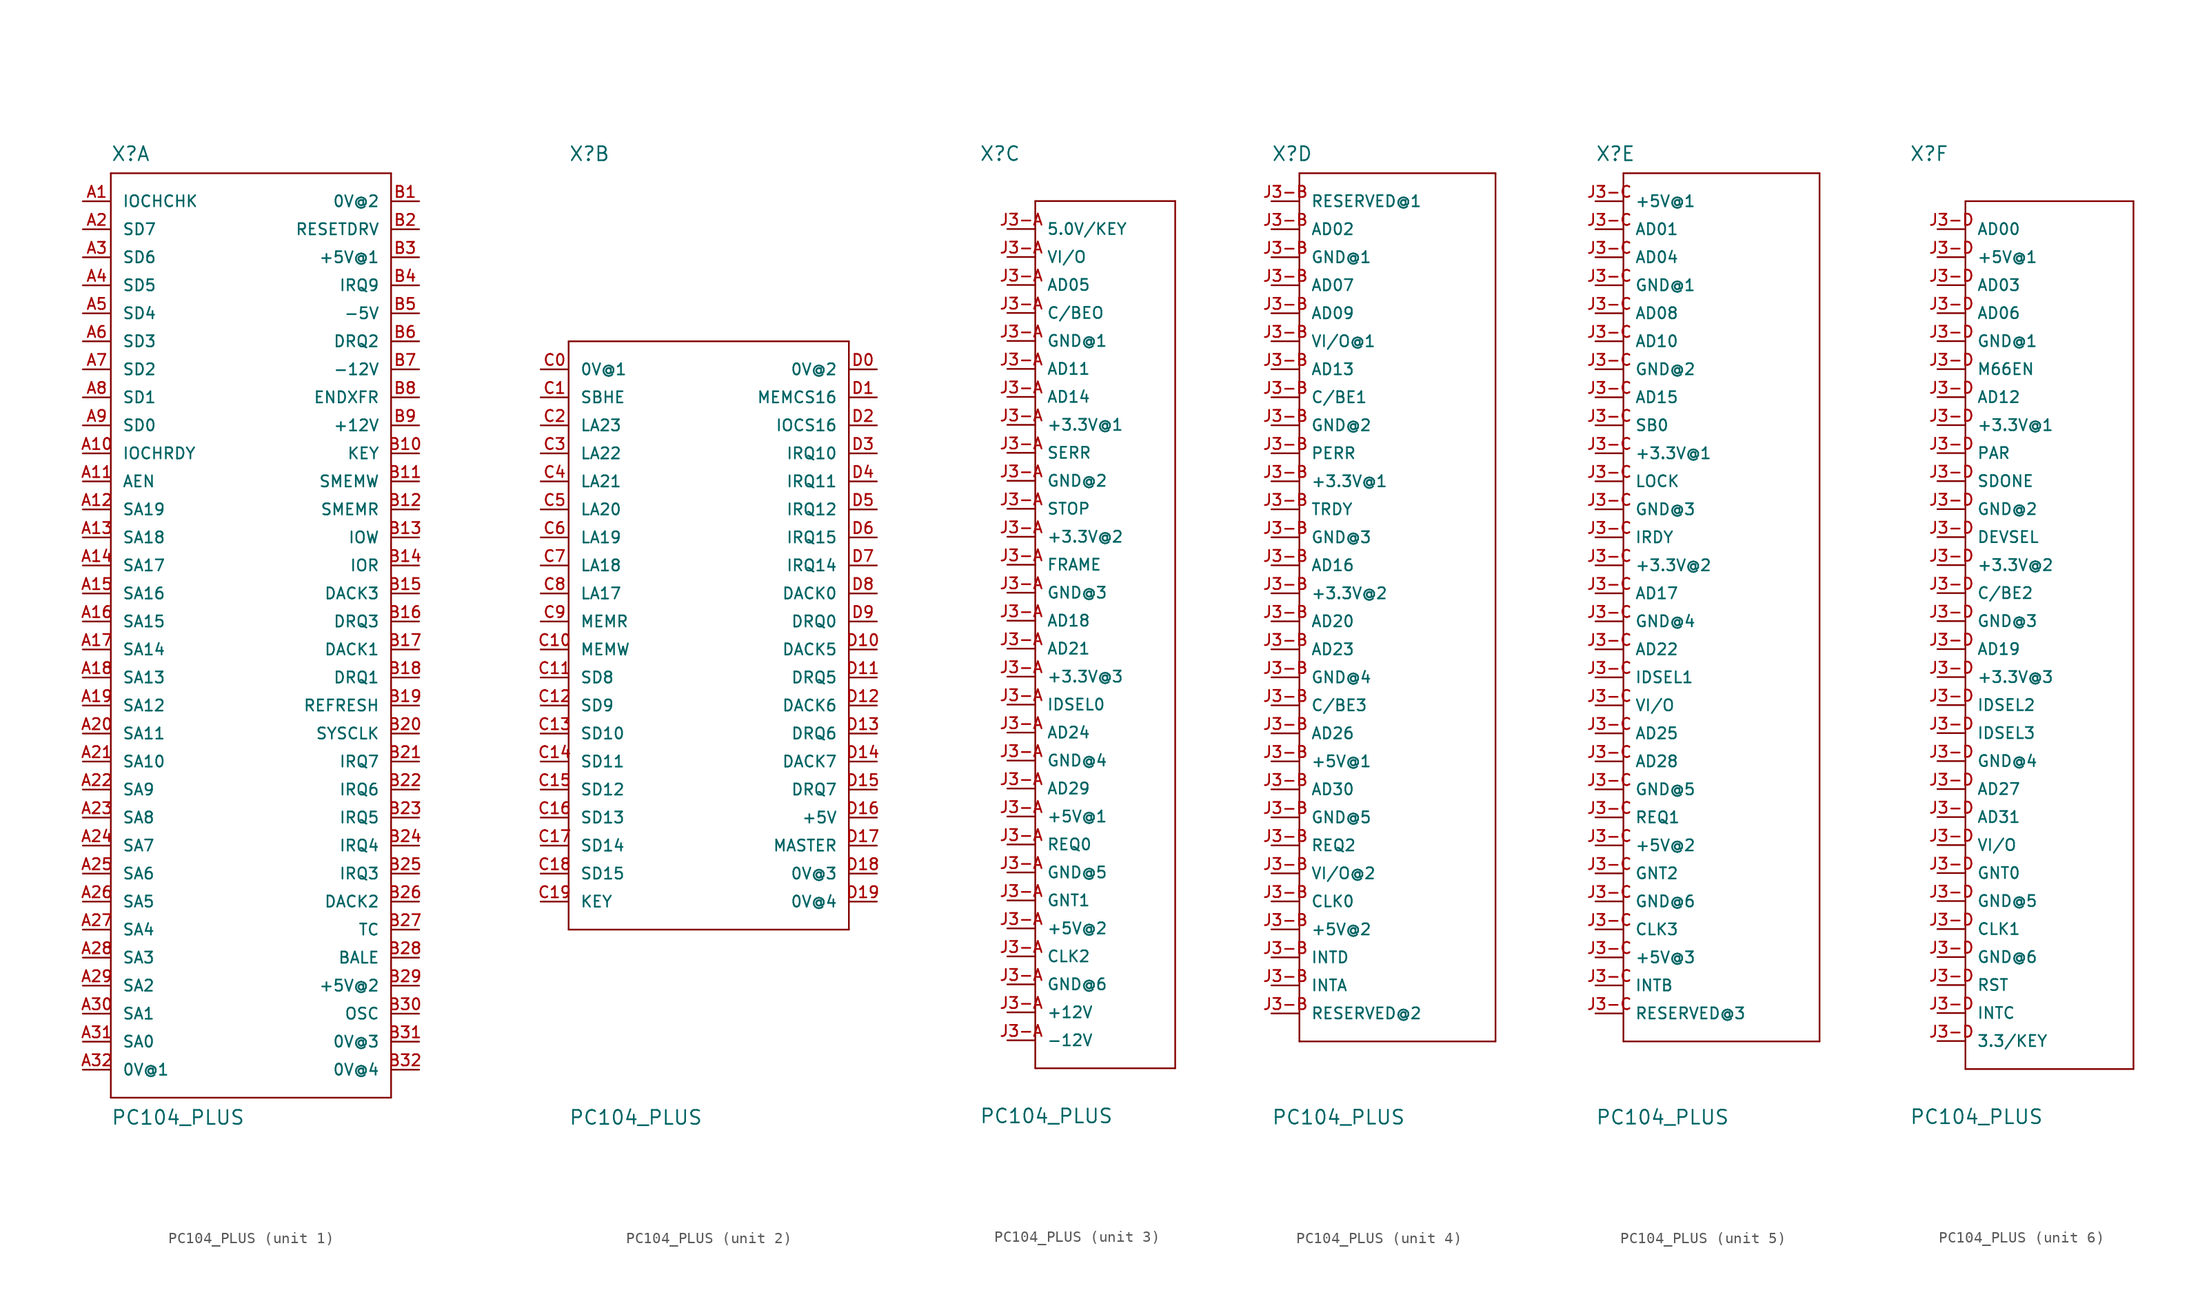
<source format=kicad_sym>
(kicad_symbol_lib
  (version 20211014)
  (generator kicad_symbol_editor)
  (symbol "PC104_PLUS"
    (pin_names
      (offset 1.016))
    (property "Reference" "X"
      (at -12.7 41.656 0)
      (effects (font (size 1.27 1.27)) (justify left bottom)))
    (property "Value" "PC104_PLUS"
      (at -12.7 -45.72 0)
      (effects (font (size 1.27 1.27)) (justify left bottom)))
    (property "Datasheet" ""
      (at 0 0 0)
      (effects (font (size 1.524 1.524))))
    (property "ki_locked" ""
      (at 0 0 0)
      (effects (font (size 1.27 1.27))))
    (symbol "PC104_PLUS_1_0"
      (polyline (pts (xy -12.7 -43.18) (xy -12.7 40.64)) (stroke (width 0) (type default) (color 0 0 0 0)) (fill (type none)))
      (polyline (pts (xy -12.7 40.64) (xy 12.7 40.64)) (stroke (width 0) (type default) (color 0 0 0 0)) (fill (type none)))
      (polyline (pts (xy 12.7 -43.18) (xy -12.7 -43.18)) (stroke (width 0) (type default) (color 0 0 0 0)) (fill (type none)))
      (polyline (pts (xy 12.7 40.64) (xy 12.7 -43.18)) (stroke (width 0) (type default) (color 0 0 0 0)) (fill (type none))))
    (symbol "PC104_PLUS_1_1"
      (pin passive line (at -15.24 38.1 0) (length 2.54) (name "IOCHCHK" (effects (font (size 1.016 1.016)))) (number "A1" (effects (font (size 1.016 1.016)))))
      (pin passive line (at -15.24 15.24 0) (length 2.54) (name "IOCHRDY" (effects (font (size 1.016 1.016)))) (number "A10" (effects (font (size 1.016 1.016)))))
      (pin passive line (at -15.24 12.7 0) (length 2.54) (name "AEN" (effects (font (size 1.016 1.016)))) (number "A11" (effects (font (size 1.016 1.016)))))
      (pin passive line (at -15.24 10.16 0) (length 2.54) (name "SA19" (effects (font (size 1.016 1.016)))) (number "A12" (effects (font (size 1.016 1.016)))))
      (pin passive line (at -15.24 7.62 0) (length 2.54) (name "SA18" (effects (font (size 1.016 1.016)))) (number "A13" (effects (font (size 1.016 1.016)))))
      (pin passive line (at -15.24 5.08 0) (length 2.54) (name "SA17" (effects (font (size 1.016 1.016)))) (number "A14" (effects (font (size 1.016 1.016)))))
      (pin passive line (at -15.24 2.54 0) (length 2.54) (name "SA16" (effects (font (size 1.016 1.016)))) (number "A15" (effects (font (size 1.016 1.016)))))
      (pin passive line (at -15.24 0 0) (length 2.54) (name "SA15" (effects (font (size 1.016 1.016)))) (number "A16" (effects (font (size 1.016 1.016)))))
      (pin passive line (at -15.24 -2.54 0) (length 2.54) (name "SA14" (effects (font (size 1.016 1.016)))) (number "A17" (effects (font (size 1.016 1.016)))))
      (pin passive line (at -15.24 -5.08 0) (length 2.54) (name "SA13" (effects (font (size 1.016 1.016)))) (number "A18" (effects (font (size 1.016 1.016)))))
      (pin passive line (at -15.24 -7.62 0) (length 2.54) (name "SA12" (effects (font (size 1.016 1.016)))) (number "A19" (effects (font (size 1.016 1.016)))))
      (pin passive line (at -15.24 35.56 0) (length 2.54) (name "SD7" (effects (font (size 1.016 1.016)))) (number "A2" (effects (font (size 1.016 1.016)))))
      (pin passive line (at -15.24 -10.16 0) (length 2.54) (name "SA11" (effects (font (size 1.016 1.016)))) (number "A20" (effects (font (size 1.016 1.016)))))
      (pin passive line (at -15.24 -12.7 0) (length 2.54) (name "SA10" (effects (font (size 1.016 1.016)))) (number "A21" (effects (font (size 1.016 1.016)))))
      (pin passive line (at -15.24 -15.24 0) (length 2.54) (name "SA9" (effects (font (size 1.016 1.016)))) (number "A22" (effects (font (size 1.016 1.016)))))
      (pin passive line (at -15.24 -17.78 0) (length 2.54) (name "SA8" (effects (font (size 1.016 1.016)))) (number "A23" (effects (font (size 1.016 1.016)))))
      (pin passive line (at -15.24 -20.32 0) (length 2.54) (name "SA7" (effects (font (size 1.016 1.016)))) (number "A24" (effects (font (size 1.016 1.016)))))
      (pin passive line (at -15.24 -22.86 0) (length 2.54) (name "SA6" (effects (font (size 1.016 1.016)))) (number "A25" (effects (font (size 1.016 1.016)))))
      (pin passive line (at -15.24 -25.4 0) (length 2.54) (name "SA5" (effects (font (size 1.016 1.016)))) (number "A26" (effects (font (size 1.016 1.016)))))
      (pin passive line (at -15.24 -27.94 0) (length 2.54) (name "SA4" (effects (font (size 1.016 1.016)))) (number "A27" (effects (font (size 1.016 1.016)))))
      (pin passive line (at -15.24 -30.48 0) (length 2.54) (name "SA3" (effects (font (size 1.016 1.016)))) (number "A28" (effects (font (size 1.016 1.016)))))
      (pin passive line (at -15.24 -33.02 0) (length 2.54) (name "SA2" (effects (font (size 1.016 1.016)))) (number "A29" (effects (font (size 1.016 1.016)))))
      (pin passive line (at -15.24 33.02 0) (length 2.54) (name "SD6" (effects (font (size 1.016 1.016)))) (number "A3" (effects (font (size 1.016 1.016)))))
      (pin passive line (at -15.24 -35.56 0) (length 2.54) (name "SA1" (effects (font (size 1.016 1.016)))) (number "A30" (effects (font (size 1.016 1.016)))))
      (pin passive line (at -15.24 -38.1 0) (length 2.54) (name "SA0" (effects (font (size 1.016 1.016)))) (number "A31" (effects (font (size 1.016 1.016)))))
      (pin passive line (at -15.24 -40.64 0) (length 2.54) (name "0V@1" (effects (font (size 1.016 1.016)))) (number "A32" (effects (font (size 1.016 1.016)))))
      (pin passive line (at -15.24 30.48 0) (length 2.54) (name "SD5" (effects (font (size 1.016 1.016)))) (number "A4" (effects (font (size 1.016 1.016)))))
      (pin passive line (at -15.24 27.94 0) (length 2.54) (name "SD4" (effects (font (size 1.016 1.016)))) (number "A5" (effects (font (size 1.016 1.016)))))
      (pin passive line (at -15.24 25.4 0) (length 2.54) (name "SD3" (effects (font (size 1.016 1.016)))) (number "A6" (effects (font (size 1.016 1.016)))))
      (pin passive line (at -15.24 22.86 0) (length 2.54) (name "SD2" (effects (font (size 1.016 1.016)))) (number "A7" (effects (font (size 1.016 1.016)))))
      (pin passive line (at -15.24 20.32 0) (length 2.54) (name "SD1" (effects (font (size 1.016 1.016)))) (number "A8" (effects (font (size 1.016 1.016)))))
      (pin passive line (at -15.24 17.78 0) (length 2.54) (name "SD0" (effects (font (size 1.016 1.016)))) (number "A9" (effects (font (size 1.016 1.016)))))
      (pin passive line (at 15.24 38.1 180) (length 2.54) (name "0V@2" (effects (font (size 1.016 1.016)))) (number "B1" (effects (font (size 1.016 1.016)))))
      (pin passive line (at 15.24 15.24 180) (length 2.54) (name "KEY" (effects (font (size 1.016 1.016)))) (number "B10" (effects (font (size 1.016 1.016)))))
      (pin passive line (at 15.24 12.7 180) (length 2.54) (name "SMEMW" (effects (font (size 1.016 1.016)))) (number "B11" (effects (font (size 1.016 1.016)))))
      (pin passive line (at 15.24 10.16 180) (length 2.54) (name "SMEMR" (effects (font (size 1.016 1.016)))) (number "B12" (effects (font (size 1.016 1.016)))))
      (pin passive line (at 15.24 7.62 180) (length 2.54) (name "IOW" (effects (font (size 1.016 1.016)))) (number "B13" (effects (font (size 1.016 1.016)))))
      (pin passive line (at 15.24 5.08 180) (length 2.54) (name "IOR" (effects (font (size 1.016 1.016)))) (number "B14" (effects (font (size 1.016 1.016)))))
      (pin passive line (at 15.24 2.54 180) (length 2.54) (name "DACK3" (effects (font (size 1.016 1.016)))) (number "B15" (effects (font (size 1.016 1.016)))))
      (pin passive line (at 15.24 0 180) (length 2.54) (name "DRQ3" (effects (font (size 1.016 1.016)))) (number "B16" (effects (font (size 1.016 1.016)))))
      (pin passive line (at 15.24 -2.54 180) (length 2.54) (name "DACK1" (effects (font (size 1.016 1.016)))) (number "B17" (effects (font (size 1.016 1.016)))))
      (pin passive line (at 15.24 -5.08 180) (length 2.54) (name "DRQ1" (effects (font (size 1.016 1.016)))) (number "B18" (effects (font (size 1.016 1.016)))))
      (pin passive line (at 15.24 -7.62 180) (length 2.54) (name "REFRESH" (effects (font (size 1.016 1.016)))) (number "B19" (effects (font (size 1.016 1.016)))))
      (pin passive line (at 15.24 35.56 180) (length 2.54) (name "RESETDRV" (effects (font (size 1.016 1.016)))) (number "B2" (effects (font (size 1.016 1.016)))))
      (pin passive line (at 15.24 -10.16 180) (length 2.54) (name "SYSCLK" (effects (font (size 1.016 1.016)))) (number "B20" (effects (font (size 1.016 1.016)))))
      (pin passive line (at 15.24 -12.7 180) (length 2.54) (name "IRQ7" (effects (font (size 1.016 1.016)))) (number "B21" (effects (font (size 1.016 1.016)))))
      (pin passive line (at 15.24 -15.24 180) (length 2.54) (name "IRQ6" (effects (font (size 1.016 1.016)))) (number "B22" (effects (font (size 1.016 1.016)))))
      (pin passive line (at 15.24 -17.78 180) (length 2.54) (name "IRQ5" (effects (font (size 1.016 1.016)))) (number "B23" (effects (font (size 1.016 1.016)))))
      (pin passive line (at 15.24 -20.32 180) (length 2.54) (name "IRQ4" (effects (font (size 1.016 1.016)))) (number "B24" (effects (font (size 1.016 1.016)))))
      (pin passive line (at 15.24 -22.86 180) (length 2.54) (name "IRQ3" (effects (font (size 1.016 1.016)))) (number "B25" (effects (font (size 1.016 1.016)))))
      (pin passive line (at 15.24 -25.4 180) (length 2.54) (name "DACK2" (effects (font (size 1.016 1.016)))) (number "B26" (effects (font (size 1.016 1.016)))))
      (pin passive line (at 15.24 -27.94 180) (length 2.54) (name "TC" (effects (font (size 1.016 1.016)))) (number "B27" (effects (font (size 1.016 1.016)))))
      (pin passive line (at 15.24 -30.48 180) (length 2.54) (name "BALE" (effects (font (size 1.016 1.016)))) (number "B28" (effects (font (size 1.016 1.016)))))
      (pin passive line (at 15.24 -33.02 180) (length 2.54) (name "+5V@2" (effects (font (size 1.016 1.016)))) (number "B29" (effects (font (size 1.016 1.016)))))
      (pin passive line (at 15.24 33.02 180) (length 2.54) (name "+5V@1" (effects (font (size 1.016 1.016)))) (number "B3" (effects (font (size 1.016 1.016)))))
      (pin passive line (at 15.24 -35.56 180) (length 2.54) (name "OSC" (effects (font (size 1.016 1.016)))) (number "B30" (effects (font (size 1.016 1.016)))))
      (pin passive line (at 15.24 -38.1 180) (length 2.54) (name "0V@3" (effects (font (size 1.016 1.016)))) (number "B31" (effects (font (size 1.016 1.016)))))
      (pin passive line (at 15.24 -40.64 180) (length 2.54) (name "0V@4" (effects (font (size 1.016 1.016)))) (number "B32" (effects (font (size 1.016 1.016)))))
      (pin passive line (at 15.24 30.48 180) (length 2.54) (name "IRQ9" (effects (font (size 1.016 1.016)))) (number "B4" (effects (font (size 1.016 1.016)))))
      (pin passive line (at 15.24 27.94 180) (length 2.54) (name "-5V" (effects (font (size 1.016 1.016)))) (number "B5" (effects (font (size 1.016 1.016)))))
      (pin passive line (at 15.24 25.4 180) (length 2.54) (name "DRQ2" (effects (font (size 1.016 1.016)))) (number "B6" (effects (font (size 1.016 1.016)))))
      (pin passive line (at 15.24 22.86 180) (length 2.54) (name "-12V" (effects (font (size 1.016 1.016)))) (number "B7" (effects (font (size 1.016 1.016)))))
      (pin passive line (at 15.24 20.32 180) (length 2.54) (name "ENDXFR" (effects (font (size 1.016 1.016)))) (number "B8" (effects (font (size 1.016 1.016)))))
      (pin passive line (at 15.24 17.78 180) (length 2.54) (name "+12V" (effects (font (size 1.016 1.016)))) (number "B9" (effects (font (size 1.016 1.016))))))
    (symbol "PC104_PLUS_2_0"
      (polyline (pts (xy -12.7 -27.94) (xy -12.7 25.4)) (stroke (width 0) (type default) (color 0 0 0 0)) (fill (type none)))
      (polyline (pts (xy -12.7 25.4) (xy 12.7 25.4)) (stroke (width 0) (type default) (color 0 0 0 0)) (fill (type none)))
      (polyline (pts (xy 12.7 -27.94) (xy -12.7 -27.94)) (stroke (width 0) (type default) (color 0 0 0 0)) (fill (type none)))
      (polyline (pts (xy 12.7 25.4) (xy 12.7 -27.94)) (stroke (width 0) (type default) (color 0 0 0 0)) (fill (type none))))
    (symbol "PC104_PLUS_2_1"
      (pin passive line (at -15.24 22.86 0) (length 2.54) (name "0V@1" (effects (font (size 1.016 1.016)))) (number "C0" (effects (font (size 1.016 1.016)))))
      (pin passive line (at -15.24 20.32 0) (length 2.54) (name "SBHE" (effects (font (size 1.016 1.016)))) (number "C1" (effects (font (size 1.016 1.016)))))
      (pin passive line (at -15.24 -2.54 0) (length 2.54) (name "MEMW" (effects (font (size 1.016 1.016)))) (number "C10" (effects (font (size 1.016 1.016)))))
      (pin passive line (at -15.24 -5.08 0) (length 2.54) (name "SD8" (effects (font (size 1.016 1.016)))) (number "C11" (effects (font (size 1.016 1.016)))))
      (pin passive line (at -15.24 -7.62 0) (length 2.54) (name "SD9" (effects (font (size 1.016 1.016)))) (number "C12" (effects (font (size 1.016 1.016)))))
      (pin passive line (at -15.24 -10.16 0) (length 2.54) (name "SD10" (effects (font (size 1.016 1.016)))) (number "C13" (effects (font (size 1.016 1.016)))))
      (pin passive line (at -15.24 -12.7 0) (length 2.54) (name "SD11" (effects (font (size 1.016 1.016)))) (number "C14" (effects (font (size 1.016 1.016)))))
      (pin passive line (at -15.24 -15.24 0) (length 2.54) (name "SD12" (effects (font (size 1.016 1.016)))) (number "C15" (effects (font (size 1.016 1.016)))))
      (pin passive line (at -15.24 -17.78 0) (length 2.54) (name "SD13" (effects (font (size 1.016 1.016)))) (number "C16" (effects (font (size 1.016 1.016)))))
      (pin passive line (at -15.24 -20.32 0) (length 2.54) (name "SD14" (effects (font (size 1.016 1.016)))) (number "C17" (effects (font (size 1.016 1.016)))))
      (pin passive line (at -15.24 -22.86 0) (length 2.54) (name "SD15" (effects (font (size 1.016 1.016)))) (number "C18" (effects (font (size 1.016 1.016)))))
      (pin passive line (at -15.24 -25.4 0) (length 2.54) (name "KEY" (effects (font (size 1.016 1.016)))) (number "C19" (effects (font (size 1.016 1.016)))))
      (pin passive line (at -15.24 17.78 0) (length 2.54) (name "LA23" (effects (font (size 1.016 1.016)))) (number "C2" (effects (font (size 1.016 1.016)))))
      (pin passive line (at -15.24 15.24 0) (length 2.54) (name "LA22" (effects (font (size 1.016 1.016)))) (number "C3" (effects (font (size 1.016 1.016)))))
      (pin passive line (at -15.24 12.7 0) (length 2.54) (name "LA21" (effects (font (size 1.016 1.016)))) (number "C4" (effects (font (size 1.016 1.016)))))
      (pin passive line (at -15.24 10.16 0) (length 2.54) (name "LA20" (effects (font (size 1.016 1.016)))) (number "C5" (effects (font (size 1.016 1.016)))))
      (pin passive line (at -15.24 7.62 0) (length 2.54) (name "LA19" (effects (font (size 1.016 1.016)))) (number "C6" (effects (font (size 1.016 1.016)))))
      (pin passive line (at -15.24 5.08 0) (length 2.54) (name "LA18" (effects (font (size 1.016 1.016)))) (number "C7" (effects (font (size 1.016 1.016)))))
      (pin passive line (at -15.24 2.54 0) (length 2.54) (name "LA17" (effects (font (size 1.016 1.016)))) (number "C8" (effects (font (size 1.016 1.016)))))
      (pin passive line (at -15.24 0 0) (length 2.54) (name "MEMR" (effects (font (size 1.016 1.016)))) (number "C9" (effects (font (size 1.016 1.016)))))
      (pin passive line (at 15.24 22.86 180) (length 2.54) (name "0V@2" (effects (font (size 1.016 1.016)))) (number "D0" (effects (font (size 1.016 1.016)))))
      (pin passive line (at 15.24 20.32 180) (length 2.54) (name "MEMCS16" (effects (font (size 1.016 1.016)))) (number "D1" (effects (font (size 1.016 1.016)))))
      (pin passive line (at 15.24 -2.54 180) (length 2.54) (name "DACK5" (effects (font (size 1.016 1.016)))) (number "D10" (effects (font (size 1.016 1.016)))))
      (pin passive line (at 15.24 -5.08 180) (length 2.54) (name "DRQ5" (effects (font (size 1.016 1.016)))) (number "D11" (effects (font (size 1.016 1.016)))))
      (pin passive line (at 15.24 -7.62 180) (length 2.54) (name "DACK6" (effects (font (size 1.016 1.016)))) (number "D12" (effects (font (size 1.016 1.016)))))
      (pin passive line (at 15.24 -10.16 180) (length 2.54) (name "DRQ6" (effects (font (size 1.016 1.016)))) (number "D13" (effects (font (size 1.016 1.016)))))
      (pin passive line (at 15.24 -12.7 180) (length 2.54) (name "DACK7" (effects (font (size 1.016 1.016)))) (number "D14" (effects (font (size 1.016 1.016)))))
      (pin passive line (at 15.24 -15.24 180) (length 2.54) (name "DRQ7" (effects (font (size 1.016 1.016)))) (number "D15" (effects (font (size 1.016 1.016)))))
      (pin passive line (at 15.24 -17.78 180) (length 2.54) (name "+5V" (effects (font (size 1.016 1.016)))) (number "D16" (effects (font (size 1.016 1.016)))))
      (pin passive line (at 15.24 -20.32 180) (length 2.54) (name "MASTER" (effects (font (size 1.016 1.016)))) (number "D17" (effects (font (size 1.016 1.016)))))
      (pin passive line (at 15.24 -22.86 180) (length 2.54) (name "0V@3" (effects (font (size 1.016 1.016)))) (number "D18" (effects (font (size 1.016 1.016)))))
      (pin passive line (at 15.24 -25.4 180) (length 2.54) (name "0V@4" (effects (font (size 1.016 1.016)))) (number "D19" (effects (font (size 1.016 1.016)))))
      (pin passive line (at 15.24 17.78 180) (length 2.54) (name "IOCS16" (effects (font (size 1.016 1.016)))) (number "D2" (effects (font (size 1.016 1.016)))))
      (pin passive line (at 15.24 15.24 180) (length 2.54) (name "IRQ10" (effects (font (size 1.016 1.016)))) (number "D3" (effects (font (size 1.016 1.016)))))
      (pin passive line (at 15.24 12.7 180) (length 2.54) (name "IRQ11" (effects (font (size 1.016 1.016)))) (number "D4" (effects (font (size 1.016 1.016)))))
      (pin passive line (at 15.24 10.16 180) (length 2.54) (name "IRQ12" (effects (font (size 1.016 1.016)))) (number "D5" (effects (font (size 1.016 1.016)))))
      (pin passive line (at 15.24 7.62 180) (length 2.54) (name "IRQ15" (effects (font (size 1.016 1.016)))) (number "D6" (effects (font (size 1.016 1.016)))))
      (pin passive line (at 15.24 5.08 180) (length 2.54) (name "IRQ14" (effects (font (size 1.016 1.016)))) (number "D7" (effects (font (size 1.016 1.016)))))
      (pin passive line (at 15.24 2.54 180) (length 2.54) (name "DACK0" (effects (font (size 1.016 1.016)))) (number "D8" (effects (font (size 1.016 1.016)))))
      (pin passive line (at 15.24 0 180) (length 2.54) (name "DRQ0" (effects (font (size 1.016 1.016)))) (number "D9" (effects (font (size 1.016 1.016))))))
    (symbol "PC104_PLUS_3_0"
      (polyline (pts (xy -7.62 -40.64) (xy -7.62 38.1)) (stroke (width 0) (type default) (color 0 0 0 0)) (fill (type none)))
      (polyline (pts (xy -7.62 38.1) (xy 5.08 38.1)) (stroke (width 0) (type default) (color 0 0 0 0)) (fill (type none)))
      (polyline (pts (xy 5.08 -40.64) (xy -7.62 -40.64)) (stroke (width 0) (type default) (color 0 0 0 0)) (fill (type none)))
      (polyline (pts (xy 5.08 38.1) (xy 5.08 -40.64)) (stroke (width 0) (type default) (color 0 0 0 0)) (fill (type none))))
    (symbol "PC104_PLUS_3_1"
      (pin passive line (at -10.16 -35.56 0) (length 2.54) (name "+12V" (effects (font (size 1.016 1.016)))) (number "J3-A" (effects (font (size 1.016 1.016)))))
      (pin passive line (at -10.16 17.78 0) (length 2.54) (name "+3.3V@1" (effects (font (size 1.016 1.016)))) (number "J3-A" (effects (font (size 1.016 1.016)))))
      (pin passive line (at -10.16 7.62 0) (length 2.54) (name "+3.3V@2" (effects (font (size 1.016 1.016)))) (number "J3-A" (effects (font (size 1.016 1.016)))))
      (pin passive line (at -10.16 -5.08 0) (length 2.54) (name "+3.3V@3" (effects (font (size 1.016 1.016)))) (number "J3-A" (effects (font (size 1.016 1.016)))))
      (pin passive line (at -10.16 -17.78 0) (length 2.54) (name "+5V@1" (effects (font (size 1.016 1.016)))) (number "J3-A" (effects (font (size 1.016 1.016)))))
      (pin passive line (at -10.16 -27.94 0) (length 2.54) (name "+5V@2" (effects (font (size 1.016 1.016)))) (number "J3-A" (effects (font (size 1.016 1.016)))))
      (pin passive line (at -10.16 -38.1 0) (length 2.54) (name "-12V" (effects (font (size 1.016 1.016)))) (number "J3-A" (effects (font (size 1.016 1.016)))))
      (pin passive line (at -10.16 35.56 0) (length 2.54) (name "5.0V/KEY" (effects (font (size 1.016 1.016)))) (number "J3-A" (effects (font (size 1.016 1.016)))))
      (pin passive line (at -10.16 30.48 0) (length 2.54) (name "AD05" (effects (font (size 1.016 1.016)))) (number "J3-A" (effects (font (size 1.016 1.016)))))
      (pin passive line (at -10.16 22.86 0) (length 2.54) (name "AD11" (effects (font (size 1.016 1.016)))) (number "J3-A" (effects (font (size 1.016 1.016)))))
      (pin passive line (at -10.16 20.32 0) (length 2.54) (name "AD14" (effects (font (size 1.016 1.016)))) (number "J3-A" (effects (font (size 1.016 1.016)))))
      (pin passive line (at -10.16 0 0) (length 2.54) (name "AD18" (effects (font (size 1.016 1.016)))) (number "J3-A" (effects (font (size 1.016 1.016)))))
      (pin passive line (at -10.16 -2.54 0) (length 2.54) (name "AD21" (effects (font (size 1.016 1.016)))) (number "J3-A" (effects (font (size 1.016 1.016)))))
      (pin passive line (at -10.16 -10.16 0) (length 2.54) (name "AD24" (effects (font (size 1.016 1.016)))) (number "J3-A" (effects (font (size 1.016 1.016)))))
      (pin passive line (at -10.16 -15.24 0) (length 2.54) (name "AD29" (effects (font (size 1.016 1.016)))) (number "J3-A" (effects (font (size 1.016 1.016)))))
      (pin passive line (at -10.16 27.94 0) (length 2.54) (name "C/BEO" (effects (font (size 1.016 1.016)))) (number "J3-A" (effects (font (size 1.016 1.016)))))
      (pin passive line (at -10.16 -30.48 0) (length 2.54) (name "CLK2" (effects (font (size 1.016 1.016)))) (number "J3-A" (effects (font (size 1.016 1.016)))))
      (pin passive line (at -10.16 5.08 0) (length 2.54) (name "FRAME" (effects (font (size 1.016 1.016)))) (number "J3-A" (effects (font (size 1.016 1.016)))))
      (pin passive line (at -10.16 25.4 0) (length 2.54) (name "GND@1" (effects (font (size 1.016 1.016)))) (number "J3-A" (effects (font (size 1.016 1.016)))))
      (pin passive line (at -10.16 12.7 0) (length 2.54) (name "GND@2" (effects (font (size 1.016 1.016)))) (number "J3-A" (effects (font (size 1.016 1.016)))))
      (pin passive line (at -10.16 2.54 0) (length 2.54) (name "GND@3" (effects (font (size 1.016 1.016)))) (number "J3-A" (effects (font (size 1.016 1.016)))))
      (pin passive line (at -10.16 -12.7 0) (length 2.54) (name "GND@4" (effects (font (size 1.016 1.016)))) (number "J3-A" (effects (font (size 1.016 1.016)))))
      (pin passive line (at -10.16 -22.86 0) (length 2.54) (name "GND@5" (effects (font (size 1.016 1.016)))) (number "J3-A" (effects (font (size 1.016 1.016)))))
      (pin passive line (at -10.16 -33.02 0) (length 2.54) (name "GND@6" (effects (font (size 1.016 1.016)))) (number "J3-A" (effects (font (size 1.016 1.016)))))
      (pin passive line (at -10.16 -25.4 0) (length 2.54) (name "GNT1" (effects (font (size 1.016 1.016)))) (number "J3-A" (effects (font (size 1.016 1.016)))))
      (pin passive line (at -10.16 -7.62 0) (length 2.54) (name "IDSEL0" (effects (font (size 1.016 1.016)))) (number "J3-A" (effects (font (size 1.016 1.016)))))
      (pin passive line (at -10.16 -20.32 0) (length 2.54) (name "REQ0" (effects (font (size 1.016 1.016)))) (number "J3-A" (effects (font (size 1.016 1.016)))))
      (pin passive line (at -10.16 15.24 0) (length 2.54) (name "SERR" (effects (font (size 1.016 1.016)))) (number "J3-A" (effects (font (size 1.016 1.016)))))
      (pin passive line (at -10.16 10.16 0) (length 2.54) (name "STOP" (effects (font (size 1.016 1.016)))) (number "J3-A" (effects (font (size 1.016 1.016)))))
      (pin passive line (at -10.16 33.02 0) (length 2.54) (name "VI/O" (effects (font (size 1.016 1.016)))) (number "J3-A" (effects (font (size 1.016 1.016))))))
    (symbol "PC104_PLUS_4_0"
      (polyline (pts (xy -10.16 -38.1) (xy -10.16 40.64)) (stroke (width 0) (type default) (color 0 0 0 0)) (fill (type none)))
      (polyline (pts (xy -10.16 40.64) (xy 7.62 40.64)) (stroke (width 0) (type default) (color 0 0 0 0)) (fill (type none)))
      (polyline (pts (xy 7.62 -38.1) (xy -10.16 -38.1)) (stroke (width 0) (type default) (color 0 0 0 0)) (fill (type none)))
      (polyline (pts (xy 7.62 40.64) (xy 7.62 -38.1)) (stroke (width 0) (type default) (color 0 0 0 0)) (fill (type none))))
    (symbol "PC104_PLUS_4_1"
      (pin passive line (at -12.7 12.7 0) (length 2.54) (name "+3.3V@1" (effects (font (size 1.016 1.016)))) (number "J3-B" (effects (font (size 1.016 1.016)))))
      (pin passive line (at -12.7 2.54 0) (length 2.54) (name "+3.3V@2" (effects (font (size 1.016 1.016)))) (number "J3-B" (effects (font (size 1.016 1.016)))))
      (pin passive line (at -12.7 -12.7 0) (length 2.54) (name "+5V@1" (effects (font (size 1.016 1.016)))) (number "J3-B" (effects (font (size 1.016 1.016)))))
      (pin passive line (at -12.7 -27.94 0) (length 2.54) (name "+5V@2" (effects (font (size 1.016 1.016)))) (number "J3-B" (effects (font (size 1.016 1.016)))))
      (pin passive line (at -12.7 35.56 0) (length 2.54) (name "AD02" (effects (font (size 1.016 1.016)))) (number "J3-B" (effects (font (size 1.016 1.016)))))
      (pin passive line (at -12.7 30.48 0) (length 2.54) (name "AD07" (effects (font (size 1.016 1.016)))) (number "J3-B" (effects (font (size 1.016 1.016)))))
      (pin passive line (at -12.7 27.94 0) (length 2.54) (name "AD09" (effects (font (size 1.016 1.016)))) (number "J3-B" (effects (font (size 1.016 1.016)))))
      (pin passive line (at -12.7 22.86 0) (length 2.54) (name "AD13" (effects (font (size 1.016 1.016)))) (number "J3-B" (effects (font (size 1.016 1.016)))))
      (pin passive line (at -12.7 5.08 0) (length 2.54) (name "AD16" (effects (font (size 1.016 1.016)))) (number "J3-B" (effects (font (size 1.016 1.016)))))
      (pin passive line (at -12.7 0 0) (length 2.54) (name "AD20" (effects (font (size 1.016 1.016)))) (number "J3-B" (effects (font (size 1.016 1.016)))))
      (pin passive line (at -12.7 -2.54 0) (length 2.54) (name "AD23" (effects (font (size 1.016 1.016)))) (number "J3-B" (effects (font (size 1.016 1.016)))))
      (pin passive line (at -12.7 -10.16 0) (length 2.54) (name "AD26" (effects (font (size 1.016 1.016)))) (number "J3-B" (effects (font (size 1.016 1.016)))))
      (pin passive line (at -12.7 -15.24 0) (length 2.54) (name "AD30" (effects (font (size 1.016 1.016)))) (number "J3-B" (effects (font (size 1.016 1.016)))))
      (pin passive line (at -12.7 20.32 0) (length 2.54) (name "C/BE1" (effects (font (size 1.016 1.016)))) (number "J3-B" (effects (font (size 1.016 1.016)))))
      (pin passive line (at -12.7 -7.62 0) (length 2.54) (name "C/BE3" (effects (font (size 1.016 1.016)))) (number "J3-B" (effects (font (size 1.016 1.016)))))
      (pin passive line (at -12.7 -25.4 0) (length 2.54) (name "CLK0" (effects (font (size 1.016 1.016)))) (number "J3-B" (effects (font (size 1.016 1.016)))))
      (pin passive line (at -12.7 33.02 0) (length 2.54) (name "GND@1" (effects (font (size 1.016 1.016)))) (number "J3-B" (effects (font (size 1.016 1.016)))))
      (pin passive line (at -12.7 17.78 0) (length 2.54) (name "GND@2" (effects (font (size 1.016 1.016)))) (number "J3-B" (effects (font (size 1.016 1.016)))))
      (pin passive line (at -12.7 7.62 0) (length 2.54) (name "GND@3" (effects (font (size 1.016 1.016)))) (number "J3-B" (effects (font (size 1.016 1.016)))))
      (pin passive line (at -12.7 -5.08 0) (length 2.54) (name "GND@4" (effects (font (size 1.016 1.016)))) (number "J3-B" (effects (font (size 1.016 1.016)))))
      (pin passive line (at -12.7 -17.78 0) (length 2.54) (name "GND@5" (effects (font (size 1.016 1.016)))) (number "J3-B" (effects (font (size 1.016 1.016)))))
      (pin passive line (at -12.7 -33.02 0) (length 2.54) (name "INTA" (effects (font (size 1.016 1.016)))) (number "J3-B" (effects (font (size 1.016 1.016)))))
      (pin passive line (at -12.7 -30.48 0) (length 2.54) (name "INTD" (effects (font (size 1.016 1.016)))) (number "J3-B" (effects (font (size 1.016 1.016)))))
      (pin passive line (at -12.7 15.24 0) (length 2.54) (name "PERR" (effects (font (size 1.016 1.016)))) (number "J3-B" (effects (font (size 1.016 1.016)))))
      (pin passive line (at -12.7 -20.32 0) (length 2.54) (name "REQ2" (effects (font (size 1.016 1.016)))) (number "J3-B" (effects (font (size 1.016 1.016)))))
      (pin passive line (at -12.7 38.1 0) (length 2.54) (name "RESERVED@1" (effects (font (size 1.016 1.016)))) (number "J3-B" (effects (font (size 1.016 1.016)))))
      (pin passive line (at -12.7 -35.56 0) (length 2.54) (name "RESERVED@2" (effects (font (size 1.016 1.016)))) (number "J3-B" (effects (font (size 1.016 1.016)))))
      (pin passive line (at -12.7 10.16 0) (length 2.54) (name "TRDY" (effects (font (size 1.016 1.016)))) (number "J3-B" (effects (font (size 1.016 1.016)))))
      (pin passive line (at -12.7 25.4 0) (length 2.54) (name "VI/O@1" (effects (font (size 1.016 1.016)))) (number "J3-B" (effects (font (size 1.016 1.016)))))
      (pin passive line (at -12.7 -22.86 0) (length 2.54) (name "VI/O@2" (effects (font (size 1.016 1.016)))) (number "J3-B" (effects (font (size 1.016 1.016))))))
    (symbol "PC104_PLUS_5_0"
      (polyline (pts (xy -10.16 -38.1) (xy -10.16 40.64)) (stroke (width 0) (type default) (color 0 0 0 0)) (fill (type none)))
      (polyline (pts (xy -10.16 40.64) (xy 7.62 40.64)) (stroke (width 0) (type default) (color 0 0 0 0)) (fill (type none)))
      (polyline (pts (xy 7.62 -38.1) (xy -10.16 -38.1)) (stroke (width 0) (type default) (color 0 0 0 0)) (fill (type none)))
      (polyline (pts (xy 7.62 40.64) (xy 7.62 -38.1)) (stroke (width 0) (type default) (color 0 0 0 0)) (fill (type none))))
    (symbol "PC104_PLUS_5_1"
      (pin passive line (at -12.7 15.24 0) (length 2.54) (name "+3.3V@1" (effects (font (size 1.016 1.016)))) (number "J3-C" (effects (font (size 1.016 1.016)))))
      (pin passive line (at -12.7 5.08 0) (length 2.54) (name "+3.3V@2" (effects (font (size 1.016 1.016)))) (number "J3-C" (effects (font (size 1.016 1.016)))))
      (pin passive line (at -12.7 38.1 0) (length 2.54) (name "+5V@1" (effects (font (size 1.016 1.016)))) (number "J3-C" (effects (font (size 1.016 1.016)))))
      (pin passive line (at -12.7 -20.32 0) (length 2.54) (name "+5V@2" (effects (font (size 1.016 1.016)))) (number "J3-C" (effects (font (size 1.016 1.016)))))
      (pin passive line (at -12.7 -30.48 0) (length 2.54) (name "+5V@3" (effects (font (size 1.016 1.016)))) (number "J3-C" (effects (font (size 1.016 1.016)))))
      (pin passive line (at -12.7 35.56 0) (length 2.54) (name "AD01" (effects (font (size 1.016 1.016)))) (number "J3-C" (effects (font (size 1.016 1.016)))))
      (pin passive line (at -12.7 33.02 0) (length 2.54) (name "AD04" (effects (font (size 1.016 1.016)))) (number "J3-C" (effects (font (size 1.016 1.016)))))
      (pin passive line (at -12.7 27.94 0) (length 2.54) (name "AD08" (effects (font (size 1.016 1.016)))) (number "J3-C" (effects (font (size 1.016 1.016)))))
      (pin passive line (at -12.7 25.4 0) (length 2.54) (name "AD10" (effects (font (size 1.016 1.016)))) (number "J3-C" (effects (font (size 1.016 1.016)))))
      (pin passive line (at -12.7 20.32 0) (length 2.54) (name "AD15" (effects (font (size 1.016 1.016)))) (number "J3-C" (effects (font (size 1.016 1.016)))))
      (pin passive line (at -12.7 2.54 0) (length 2.54) (name "AD17" (effects (font (size 1.016 1.016)))) (number "J3-C" (effects (font (size 1.016 1.016)))))
      (pin passive line (at -12.7 -2.54 0) (length 2.54) (name "AD22" (effects (font (size 1.016 1.016)))) (number "J3-C" (effects (font (size 1.016 1.016)))))
      (pin passive line (at -12.7 -10.16 0) (length 2.54) (name "AD25" (effects (font (size 1.016 1.016)))) (number "J3-C" (effects (font (size 1.016 1.016)))))
      (pin passive line (at -12.7 -12.7 0) (length 2.54) (name "AD28" (effects (font (size 1.016 1.016)))) (number "J3-C" (effects (font (size 1.016 1.016)))))
      (pin passive line (at -12.7 -27.94 0) (length 2.54) (name "CLK3" (effects (font (size 1.016 1.016)))) (number "J3-C" (effects (font (size 1.016 1.016)))))
      (pin passive line (at -12.7 30.48 0) (length 2.54) (name "GND@1" (effects (font (size 1.016 1.016)))) (number "J3-C" (effects (font (size 1.016 1.016)))))
      (pin passive line (at -12.7 22.86 0) (length 2.54) (name "GND@2" (effects (font (size 1.016 1.016)))) (number "J3-C" (effects (font (size 1.016 1.016)))))
      (pin passive line (at -12.7 10.16 0) (length 2.54) (name "GND@3" (effects (font (size 1.016 1.016)))) (number "J3-C" (effects (font (size 1.016 1.016)))))
      (pin passive line (at -12.7 0 0) (length 2.54) (name "GND@4" (effects (font (size 1.016 1.016)))) (number "J3-C" (effects (font (size 1.016 1.016)))))
      (pin passive line (at -12.7 -15.24 0) (length 2.54) (name "GND@5" (effects (font (size 1.016 1.016)))) (number "J3-C" (effects (font (size 1.016 1.016)))))
      (pin passive line (at -12.7 -25.4 0) (length 2.54) (name "GND@6" (effects (font (size 1.016 1.016)))) (number "J3-C" (effects (font (size 1.016 1.016)))))
      (pin passive line (at -12.7 -22.86 0) (length 2.54) (name "GNT2" (effects (font (size 1.016 1.016)))) (number "J3-C" (effects (font (size 1.016 1.016)))))
      (pin passive line (at -12.7 -5.08 0) (length 2.54) (name "IDSEL1" (effects (font (size 1.016 1.016)))) (number "J3-C" (effects (font (size 1.016 1.016)))))
      (pin passive line (at -12.7 -33.02 0) (length 2.54) (name "INTB" (effects (font (size 1.016 1.016)))) (number "J3-C" (effects (font (size 1.016 1.016)))))
      (pin passive line (at -12.7 7.62 0) (length 2.54) (name "IRDY" (effects (font (size 1.016 1.016)))) (number "J3-C" (effects (font (size 1.016 1.016)))))
      (pin passive line (at -12.7 12.7 0) (length 2.54) (name "LOCK" (effects (font (size 1.016 1.016)))) (number "J3-C" (effects (font (size 1.016 1.016)))))
      (pin passive line (at -12.7 -17.78 0) (length 2.54) (name "REQ1" (effects (font (size 1.016 1.016)))) (number "J3-C" (effects (font (size 1.016 1.016)))))
      (pin passive line (at -12.7 -35.56 0) (length 2.54) (name "RESERVED@3" (effects (font (size 1.016 1.016)))) (number "J3-C" (effects (font (size 1.016 1.016)))))
      (pin passive line (at -12.7 17.78 0) (length 2.54) (name "SB0" (effects (font (size 1.016 1.016)))) (number "J3-C" (effects (font (size 1.016 1.016)))))
      (pin passive line (at -12.7 -7.62 0) (length 2.54) (name "VI/O" (effects (font (size 1.016 1.016)))) (number "J3-C" (effects (font (size 1.016 1.016))))))
    (symbol "PC104_PLUS_6_0"
      (polyline (pts (xy -7.62 -40.64) (xy -7.62 38.1)) (stroke (width 0) (type default) (color 0 0 0 0)) (fill (type none)))
      (polyline (pts (xy -7.62 38.1) (xy 7.62 38.1)) (stroke (width 0) (type default) (color 0 0 0 0)) (fill (type none)))
      (polyline (pts (xy 7.62 -40.64) (xy -7.62 -40.64)) (stroke (width 0) (type default) (color 0 0 0 0)) (fill (type none)))
      (polyline (pts (xy 7.62 38.1) (xy 7.62 -40.64)) (stroke (width 0) (type default) (color 0 0 0 0)) (fill (type none))))
    (symbol "PC104_PLUS_6_1"
      (pin passive line (at -10.16 17.78 0) (length 2.54) (name "+3.3V@1" (effects (font (size 1.016 1.016)))) (number "J3-D" (effects (font (size 1.016 1.016)))))
      (pin passive line (at -10.16 5.08 0) (length 2.54) (name "+3.3V@2" (effects (font (size 1.016 1.016)))) (number "J3-D" (effects (font (size 1.016 1.016)))))
      (pin passive line (at -10.16 -5.08 0) (length 2.54) (name "+3.3V@3" (effects (font (size 1.016 1.016)))) (number "J3-D" (effects (font (size 1.016 1.016)))))
      (pin passive line (at -10.16 33.02 0) (length 2.54) (name "+5V@1" (effects (font (size 1.016 1.016)))) (number "J3-D" (effects (font (size 1.016 1.016)))))
      (pin passive line (at -10.16 -38.1 0) (length 2.54) (name "3.3/KEY" (effects (font (size 1.016 1.016)))) (number "J3-D" (effects (font (size 1.016 1.016)))))
      (pin passive line (at -10.16 35.56 0) (length 2.54) (name "AD00" (effects (font (size 1.016 1.016)))) (number "J3-D" (effects (font (size 1.016 1.016)))))
      (pin passive line (at -10.16 30.48 0) (length 2.54) (name "AD03" (effects (font (size 1.016 1.016)))) (number "J3-D" (effects (font (size 1.016 1.016)))))
      (pin passive line (at -10.16 27.94 0) (length 2.54) (name "AD06" (effects (font (size 1.016 1.016)))) (number "J3-D" (effects (font (size 1.016 1.016)))))
      (pin passive line (at -10.16 20.32 0) (length 2.54) (name "AD12" (effects (font (size 1.016 1.016)))) (number "J3-D" (effects (font (size 1.016 1.016)))))
      (pin passive line (at -10.16 -2.54 0) (length 2.54) (name "AD19" (effects (font (size 1.016 1.016)))) (number "J3-D" (effects (font (size 1.016 1.016)))))
      (pin passive line (at -10.16 -15.24 0) (length 2.54) (name "AD27" (effects (font (size 1.016 1.016)))) (number "J3-D" (effects (font (size 1.016 1.016)))))
      (pin passive line (at -10.16 -17.78 0) (length 2.54) (name "AD31" (effects (font (size 1.016 1.016)))) (number "J3-D" (effects (font (size 1.016 1.016)))))
      (pin passive line (at -10.16 2.54 0) (length 2.54) (name "C/BE2" (effects (font (size 1.016 1.016)))) (number "J3-D" (effects (font (size 1.016 1.016)))))
      (pin passive line (at -10.16 -27.94 0) (length 2.54) (name "CLK1" (effects (font (size 1.016 1.016)))) (number "J3-D" (effects (font (size 1.016 1.016)))))
      (pin passive line (at -10.16 7.62 0) (length 2.54) (name "DEVSEL" (effects (font (size 1.016 1.016)))) (number "J3-D" (effects (font (size 1.016 1.016)))))
      (pin passive line (at -10.16 25.4 0) (length 2.54) (name "GND@1" (effects (font (size 1.016 1.016)))) (number "J3-D" (effects (font (size 1.016 1.016)))))
      (pin passive line (at -10.16 10.16 0) (length 2.54) (name "GND@2" (effects (font (size 1.016 1.016)))) (number "J3-D" (effects (font (size 1.016 1.016)))))
      (pin passive line (at -10.16 0 0) (length 2.54) (name "GND@3" (effects (font (size 1.016 1.016)))) (number "J3-D" (effects (font (size 1.016 1.016)))))
      (pin passive line (at -10.16 -12.7 0) (length 2.54) (name "GND@4" (effects (font (size 1.016 1.016)))) (number "J3-D" (effects (font (size 1.016 1.016)))))
      (pin passive line (at -10.16 -25.4 0) (length 2.54) (name "GND@5" (effects (font (size 1.016 1.016)))) (number "J3-D" (effects (font (size 1.016 1.016)))))
      (pin passive line (at -10.16 -30.48 0) (length 2.54) (name "GND@6" (effects (font (size 1.016 1.016)))) (number "J3-D" (effects (font (size 1.016 1.016)))))
      (pin passive line (at -10.16 -22.86 0) (length 2.54) (name "GNT0" (effects (font (size 1.016 1.016)))) (number "J3-D" (effects (font (size 1.016 1.016)))))
      (pin passive line (at -10.16 -7.62 0) (length 2.54) (name "IDSEL2" (effects (font (size 1.016 1.016)))) (number "J3-D" (effects (font (size 1.016 1.016)))))
      (pin passive line (at -10.16 -10.16 0) (length 2.54) (name "IDSEL3" (effects (font (size 1.016 1.016)))) (number "J3-D" (effects (font (size 1.016 1.016)))))
      (pin passive line (at -10.16 -35.56 0) (length 2.54) (name "INTC" (effects (font (size 1.016 1.016)))) (number "J3-D" (effects (font (size 1.016 1.016)))))
      (pin passive line (at -10.16 22.86 0) (length 2.54) (name "M66EN" (effects (font (size 1.016 1.016)))) (number "J3-D" (effects (font (size 1.016 1.016)))))
      (pin passive line (at -10.16 15.24 0) (length 2.54) (name "PAR" (effects (font (size 1.016 1.016)))) (number "J3-D" (effects (font (size 1.016 1.016)))))
      (pin passive line (at -10.16 -33.02 0) (length 2.54) (name "RST" (effects (font (size 1.016 1.016)))) (number "J3-D" (effects (font (size 1.016 1.016)))))
      (pin passive line (at -10.16 12.7 0) (length 2.54) (name "SDONE" (effects (font (size 1.016 1.016)))) (number "J3-D" (effects (font (size 1.016 1.016)))))
      (pin passive line (at -10.16 -20.32 0) (length 2.54) (name "VI/O" (effects (font (size 1.016 1.016)))) (number "J3-D" (effects (font (size 1.016 1.016))))))))
</source>
